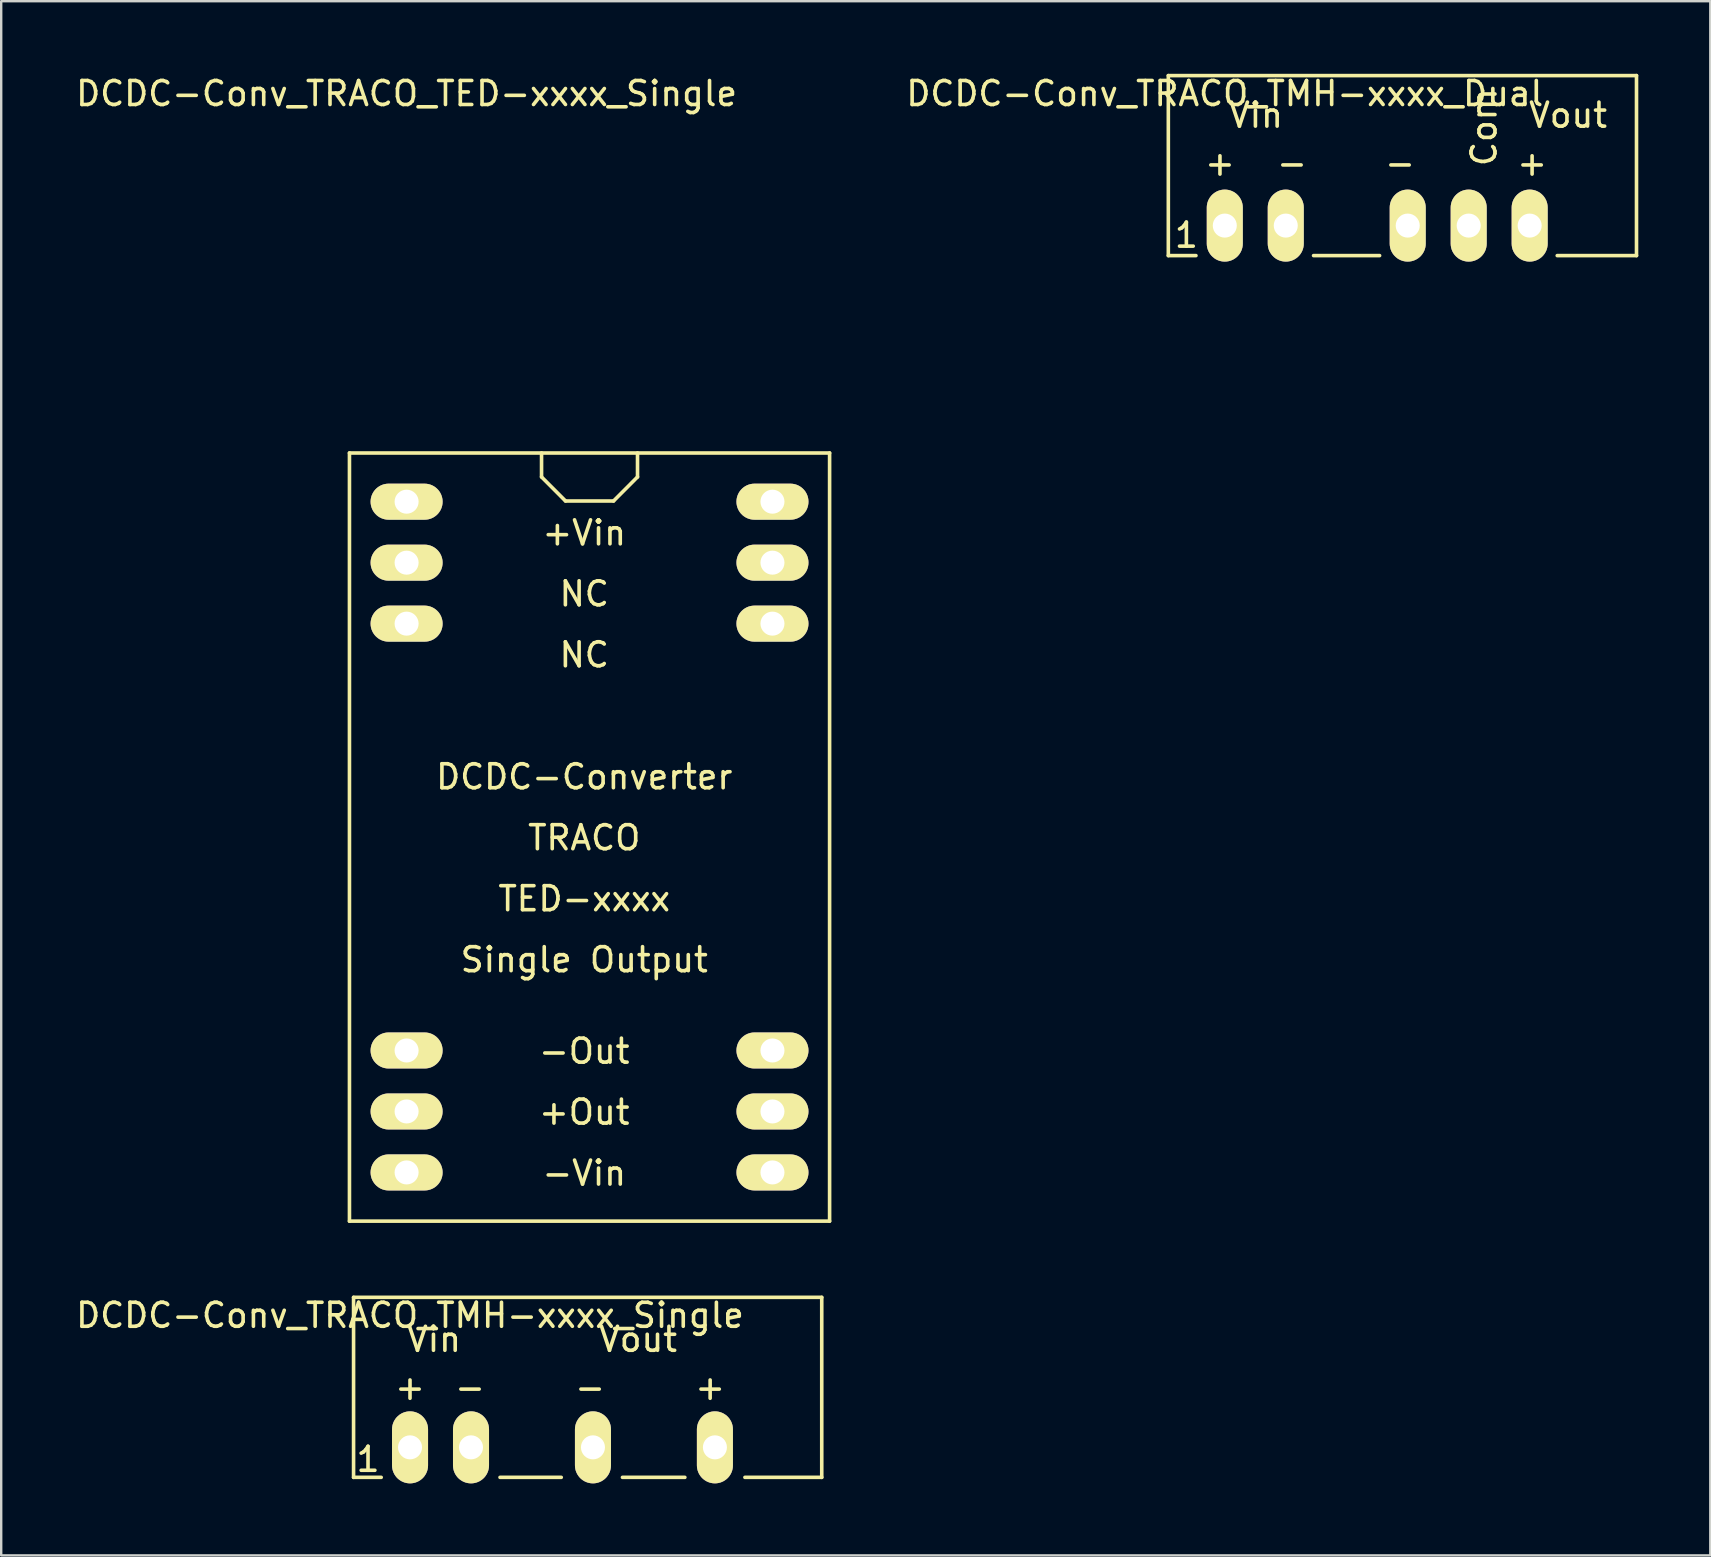
<source format=kicad_pcb>
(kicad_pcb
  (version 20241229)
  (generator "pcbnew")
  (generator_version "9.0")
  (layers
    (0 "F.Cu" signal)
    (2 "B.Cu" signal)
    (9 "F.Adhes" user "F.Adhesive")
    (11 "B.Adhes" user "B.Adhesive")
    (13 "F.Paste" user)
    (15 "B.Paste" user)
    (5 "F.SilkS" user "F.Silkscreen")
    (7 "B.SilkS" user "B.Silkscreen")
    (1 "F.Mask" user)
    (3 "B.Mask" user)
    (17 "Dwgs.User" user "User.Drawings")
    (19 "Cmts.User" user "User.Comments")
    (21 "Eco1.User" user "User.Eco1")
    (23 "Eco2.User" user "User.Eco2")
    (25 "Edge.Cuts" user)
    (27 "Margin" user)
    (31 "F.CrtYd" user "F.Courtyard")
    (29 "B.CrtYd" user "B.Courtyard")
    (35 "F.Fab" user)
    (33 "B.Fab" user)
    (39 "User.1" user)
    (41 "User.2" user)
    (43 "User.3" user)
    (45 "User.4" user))
  (footprint "DCDC-Conv_TRACO_TMH-xxxx_Single"
    (layer "F.Cu")
    (at 14.03 57.24)
    (property "Reference" "DCDC-Conv_TRACO_TMH-xxxx_Single" (at 0 -5.499 0) (layer "F.SilkS") (effects (font (size 1 1) (thickness 0.15))))
    (attr through_hole)
    (fp_line (start -2.352 -6.248) (end -2.352 1.25) (stroke (width 0.15) (type solid)) (layer "F.SilkS"))
    (fp_line (start -1.201 1.25) (end -2.352 1.25) (stroke (width 0.15) (type solid)) (layer "F.SilkS"))
    (fp_line (start 6.299 1.25) (end 3.749 1.25) (stroke (width 0.15) (type solid)) (layer "F.SilkS"))
    (fp_line (start 11.448 1.25) (end 8.849 1.25) (stroke (width 0.15) (type solid)) (layer "F.SilkS"))
    (fp_line (start 17.15 -6.248) (end -2.352 -6.248) (stroke (width 0.15) (type solid)) (layer "F.SilkS"))
    (fp_line (start 17.15 1.25) (end 13.95 1.25) (stroke (width 0.15) (type solid)) (layer "F.SilkS"))
    (fp_line (start 17.15 1.25) (end 17.15 -6.248) (stroke (width 0.15) (type solid)) (layer "F.SilkS"))
    (fp_text user "Vin" (at 1 -4.499 0) (layer "F.SilkS") (effects (font (size 1 1) (thickness 0.15))))
    (fp_text user "1" (at -1.75 0.5 0) (layer "F.SilkS") (effects (font (size 1 1) (thickness 0.15))))
    (fp_text user "-" (at 2.499 -2.5 0) (layer "F.SilkS") (effects (font (size 1 1) (thickness 0.15))))
    (fp_text user "-" (at 7.5 -2.5 0) (layer "F.SilkS") (effects (font (size 1 1) (thickness 0.15))))
    (fp_text user "+" (at -0.001 -2.5 0) (layer "F.SilkS") (effects (font (size 1 1) (thickness 0.15))))
    (fp_text user "Vout" (at 9.499 -4.499 0) (layer "F.SilkS") (effects (font (size 1 1) (thickness 0.15))))
    (fp_text user "+" (at 12.501 -2.5 0) (layer "F.SilkS") (effects (font (size 1 1) (thickness 0.15))))
    (pad "1" thru_hole oval (at 0 0) (size 1.501 3) (drill 1.001) (layers "*.Cu" "*.Mask" "F.SilkS"))
    (pad "2" thru_hole oval (at 2.54 0) (size 1.501 3) (drill 1.001) (layers "*.Cu" "*.Mask" "F.SilkS"))
    (pad "4" thru_hole oval (at 7.62 0) (size 1.501 3) (drill 1.001) (layers "*.Cu" "*.Mask" "F.SilkS"))
    (pad "6" thru_hole oval (at 12.7 0) (size 1.501 3) (drill 1.001) (layers "*.Cu" "*.Mask" "F.SilkS")))
  (footprint "DCDC-Conv_TRACO_TED-xxxx_Single"
    (layer "F.Cu")
    (at 13.887 17.848)
    (property "Reference" "DCDC-Conv_TRACO_TED-xxxx_Single" (at 0 -17 0) (layer "F.SilkS") (effects (font (size 1 1) (thickness 0.15))))
    (attr through_hole)
    (fp_line (start -2.38 -2.029) (end -2.38 29.97) (stroke (width 0.15) (type solid)) (layer "F.SilkS"))
    (fp_line (start -2.38 29.97) (end 17.62 29.97) (stroke (width 0.15) (type solid)) (layer "F.SilkS"))
    (fp_line (start 5.621 -2.029) (end 5.621 -1.031) (stroke (width 0.15) (type solid)) (layer "F.SilkS"))
    (fp_line (start 5.621 -1.031) (end 6.619 -0.03) (stroke (width 0.15) (type solid)) (layer "F.SilkS"))
    (fp_line (start 6.619 -0.03) (end 8.621 -0.03) (stroke (width 0.15) (type solid)) (layer "F.SilkS"))
    (fp_line (start 8.621 -0.03) (end 9.619 -1.031) (stroke (width 0.15) (type solid)) (layer "F.SilkS"))
    (fp_line (start 9.619 -1.031) (end 9.619 -2.029) (stroke (width 0.15) (type solid)) (layer "F.SilkS"))
    (fp_line (start 17.62 -2.029) (end -2.38 -2.029) (stroke (width 0.15) (type solid)) (layer "F.SilkS"))
    (fp_line (start 17.62 29.97) (end 17.62 -2.029) (stroke (width 0.15) (type solid)) (layer "F.SilkS"))
    (fp_text user "TED-xxxx" (at 7.4 16.54 0) (layer "F.SilkS") (effects (font (size 1 1) (thickness 0.15))))
    (fp_text user "+Vin" (at 7.4 1.3 0) (layer "F.SilkS") (effects (font (size 1 1) (thickness 0.15))))
    (fp_text user "-Out" (at 7.4 22.89 0) (layer "F.SilkS") (effects (font (size 1 1) (thickness 0.15))))
    (fp_text user "+Out" (at 7.4 25.43 0) (layer "F.SilkS") (effects (font (size 1 1) (thickness 0.15))))
    (fp_text user "NC" (at 7.4 6.38 0) (layer "F.SilkS") (effects (font (size 1 1) (thickness 0.15))))
    (fp_text user "Single Output" (at 7.4 19.08 0) (layer "F.SilkS") (effects (font (size 1 1) (thickness 0.15))))
    (fp_text user "-Vin" (at 7.4 27.97 0) (layer "F.SilkS") (effects (font (size 1 1) (thickness 0.15))))
    (fp_text user "DCDC-Converter" (at 7.4 11.46 0) (layer "F.SilkS") (effects (font (size 1 1) (thickness 0.15))))
    (fp_text user "NC" (at 7.4 3.84 0) (layer "F.SilkS") (effects (font (size 1 1) (thickness 0.15))))
    (fp_text user "TRACO" (at 7.4 14 0) (layer "F.SilkS") (effects (font (size 1 1) (thickness 0.15))))
    (pad "1" thru_hole oval (at 0 0) (size 3 1.501) (drill 1.001) (layers "*.Cu" "*.Mask" "F.SilkS"))
    (pad "2" thru_hole oval (at 0 2.54) (size 3 1.501) (drill 1.001) (layers "*.Cu" "*.Mask" "F.SilkS"))
    (pad "3" thru_hole oval (at 0 5.08) (size 3 1.501) (drill 1.001) (layers "*.Cu" "*.Mask" "F.SilkS"))
    (pad "10" thru_hole oval (at 0 22.86) (size 3 1.501) (drill 1.001) (layers "*.Cu" "*.Mask" "F.SilkS"))
    (pad "11" thru_hole oval (at 0 25.4) (size 3 1.501) (drill 1.001) (layers "*.Cu" "*.Mask" "F.SilkS"))
    (pad "12" thru_hole oval (at 0 27.94) (size 3 1.501) (drill 1.001) (layers "*.Cu" "*.Mask" "F.SilkS"))
    (pad "13" thru_hole oval (at 15.24 27.94) (size 3 1.501) (drill 1.001) (layers "*.Cu" "*.Mask" "F.SilkS"))
    (pad "14" thru_hole oval (at 15.24 25.4) (size 3 1.501) (drill 1.001) (layers "*.Cu" "*.Mask" "F.SilkS"))
    (pad "15" thru_hole oval (at 15.24 22.86) (size 3 1.501) (drill 1.001) (layers "*.Cu" "*.Mask" "F.SilkS"))
    (pad "22" thru_hole oval (at 15.24 5.08) (size 3 1.501) (drill 1.001) (layers "*.Cu" "*.Mask" "F.SilkS"))
    (pad "23" thru_hole oval (at 15.24 2.54) (size 3 1.501) (drill 1.001) (layers "*.Cu" "*.Mask" "F.SilkS"))
    (pad "24" thru_hole oval (at 15.24 0) (size 3 1.501) (drill 1.001) (layers "*.Cu" "*.Mask" "F.SilkS")))
  (footprint "DCDC-Conv_TRACO_TMH-xxxx_Dual"
    (layer "F.Cu")
    (at 47.969 6.347)
    (property "Reference" "DCDC-Conv_TRACO_TMH-xxxx_Dual" (at 0 -5.499 0) (layer "F.SilkS") (effects (font (size 1 1) (thickness 0.15))))
    (attr through_hole)
    (fp_line (start -2.352 -6.248) (end -2.352 1.25) (stroke (width 0.15) (type solid)) (layer "F.SilkS"))
    (fp_line (start -1.201 1.25) (end -2.352 1.25) (stroke (width 0.15) (type solid)) (layer "F.SilkS"))
    (fp_line (start 6.449 1.25) (end 3.698 1.25) (stroke (width 0.15) (type solid)) (layer "F.SilkS"))
    (fp_line (start 17.15 -6.248) (end -2.352 -6.248) (stroke (width 0.15) (type solid)) (layer "F.SilkS"))
    (fp_line (start 17.15 1.25) (end 13.848 1.25) (stroke (width 0.15) (type solid)) (layer "F.SilkS"))
    (fp_line (start 17.15 1.25) (end 17.15 -6.248) (stroke (width 0.15) (type solid)) (layer "F.SilkS"))
    (fp_text user "1" (at -1.6 0.4 0) (layer "F.SilkS") (effects (font (size 1 1) (thickness 0.15))))
    (fp_text user "+" (at 12.801 -2.6 0) (layer "F.SilkS") (effects (font (size 1 1) (thickness 0.15))))
    (fp_text user "Com" (at 10.8 -4.101 90) (layer "F.SilkS") (effects (font (size 1 1) (thickness 0.15))))
    (fp_text user "+" (at -0.201 -2.6 0) (layer "F.SilkS") (effects (font (size 1 1) (thickness 0.15))))
    (fp_text user "Vout" (at 14.3 -4.599 0) (layer "F.SilkS") (effects (font (size 1 1) (thickness 0.15))))
    (fp_text user "-" (at 2.799 -2.6 0) (layer "F.SilkS") (effects (font (size 1 1) (thickness 0.15))))
    (fp_text user "-" (at 7.3 -2.6 0) (layer "F.SilkS") (effects (font (size 1 1) (thickness 0.15))))
    (fp_text user "Vin" (at 1.3 -4.599 0) (layer "F.SilkS") (effects (font (size 1 1) (thickness 0.15))))
    (pad "1" thru_hole oval (at 0 0) (size 1.501 3) (drill 1.001) (layers "*.Cu" "*.Mask" "F.SilkS"))
    (pad "2" thru_hole oval (at 2.54 0) (size 1.501 3) (drill 1.001) (layers "*.Cu" "*.Mask" "F.SilkS"))
    (pad "4" thru_hole oval (at 7.62 0) (size 1.501 3) (drill 1.001) (layers "*.Cu" "*.Mask" "F.SilkS"))
    (pad "5" thru_hole oval (at 10.16 0) (size 1.501 3) (drill 1.001) (layers "*.Cu" "*.Mask" "F.SilkS"))
    (pad "6" thru_hole oval (at 12.7 0) (size 1.501 3) (drill 1.001) (layers "*.Cu" "*.Mask" "F.SilkS")))
  (gr_rect
    (start -3 -3)
    (end 68.194 61.74)
    (stroke (width 0.1) (type default))
    (fill no)
    (layer "Edge.Cuts")))
</source>
